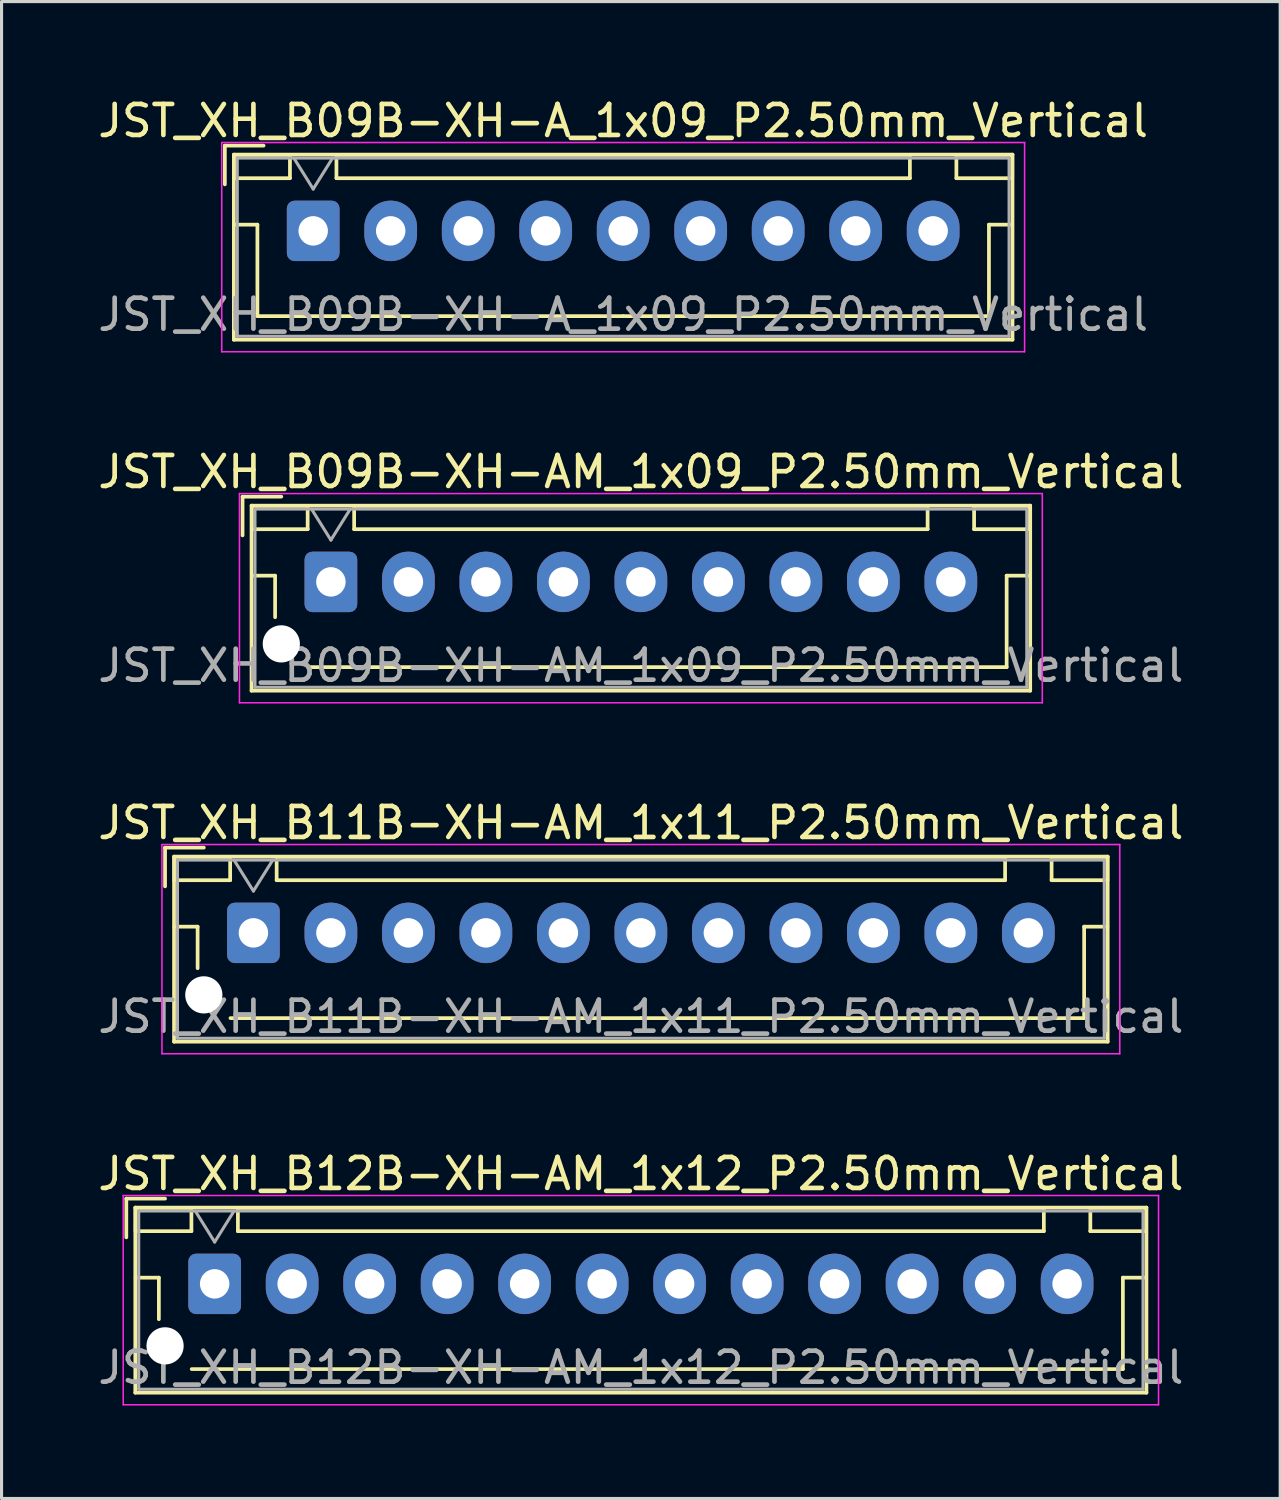
<source format=kicad_pcb>
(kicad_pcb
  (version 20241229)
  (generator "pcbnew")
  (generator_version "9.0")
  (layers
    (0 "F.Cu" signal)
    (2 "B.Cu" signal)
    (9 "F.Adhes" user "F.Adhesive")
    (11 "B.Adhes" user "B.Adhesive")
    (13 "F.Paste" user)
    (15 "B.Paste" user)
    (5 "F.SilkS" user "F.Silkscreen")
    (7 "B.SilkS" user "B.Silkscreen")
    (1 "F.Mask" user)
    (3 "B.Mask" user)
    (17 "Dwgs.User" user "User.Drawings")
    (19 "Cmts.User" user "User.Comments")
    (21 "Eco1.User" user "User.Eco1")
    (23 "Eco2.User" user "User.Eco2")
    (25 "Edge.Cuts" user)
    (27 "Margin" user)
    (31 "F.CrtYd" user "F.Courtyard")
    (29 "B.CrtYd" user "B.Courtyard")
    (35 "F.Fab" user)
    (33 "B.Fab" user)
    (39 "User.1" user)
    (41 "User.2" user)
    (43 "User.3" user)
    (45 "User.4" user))
  (footprint "JST_XH_B09B-XH-A_1x09_P2.50mm_Vertical"
    (layer "F.Cu")
    (at 7.054 4.398)
    (property "Reference" "JST_XH_B09B-XH-A_1x09_P2.50mm_Vertical" (at 10 -3.55 0) (layer "F.SilkS") (effects (font (size 1 1) (thickness 0.15))))
    (attr through_hole)
    (fp_line (start -2.85 -2.75) (end -2.85 -1.5) (stroke (width 0.12) (type solid)) (layer "F.SilkS"))
    (fp_line (start -2.56 -2.46) (end -2.56 3.51) (stroke (width 0.12) (type solid)) (layer "F.SilkS"))
    (fp_line (start -2.56 3.51) (end 22.56 3.51) (stroke (width 0.12) (type solid)) (layer "F.SilkS"))
    (fp_line (start -2.55 -2.45) (end -2.55 -1.7) (stroke (width 0.12) (type solid)) (layer "F.SilkS"))
    (fp_line (start -2.55 -1.7) (end -0.75 -1.7) (stroke (width 0.12) (type solid)) (layer "F.SilkS"))
    (fp_line (start -2.55 -0.2) (end -1.8 -0.2) (stroke (width 0.12) (type solid)) (layer "F.SilkS"))
    (fp_line (start -1.8 -0.2) (end -1.8 2.75) (stroke (width 0.12) (type solid)) (layer "F.SilkS"))
    (fp_line (start -1.8 2.75) (end 10 2.75) (stroke (width 0.12) (type solid)) (layer "F.SilkS"))
    (fp_line (start -1.6 -2.75) (end -2.85 -2.75) (stroke (width 0.12) (type solid)) (layer "F.SilkS"))
    (fp_line (start -0.75 -2.45) (end -2.55 -2.45) (stroke (width 0.12) (type solid)) (layer "F.SilkS"))
    (fp_line (start -0.75 -1.7) (end -0.75 -2.45) (stroke (width 0.12) (type solid)) (layer "F.SilkS"))
    (fp_line (start 0.75 -2.45) (end 0.75 -1.7) (stroke (width 0.12) (type solid)) (layer "F.SilkS"))
    (fp_line (start 0.75 -1.7) (end 19.25 -1.7) (stroke (width 0.12) (type solid)) (layer "F.SilkS"))
    (fp_line (start 19.25 -2.45) (end 0.75 -2.45) (stroke (width 0.12) (type solid)) (layer "F.SilkS"))
    (fp_line (start 19.25 -1.7) (end 19.25 -2.45) (stroke (width 0.12) (type solid)) (layer "F.SilkS"))
    (fp_line (start 20.75 -2.45) (end 20.75 -1.7) (stroke (width 0.12) (type solid)) (layer "F.SilkS"))
    (fp_line (start 20.75 -1.7) (end 22.55 -1.7) (stroke (width 0.12) (type solid)) (layer "F.SilkS"))
    (fp_line (start 21.8 -0.2) (end 21.8 2.75) (stroke (width 0.12) (type solid)) (layer "F.SilkS"))
    (fp_line (start 21.8 2.75) (end 10 2.75) (stroke (width 0.12) (type solid)) (layer "F.SilkS"))
    (fp_line (start 22.55 -2.45) (end 20.75 -2.45) (stroke (width 0.12) (type solid)) (layer "F.SilkS"))
    (fp_line (start 22.55 -1.7) (end 22.55 -2.45) (stroke (width 0.12) (type solid)) (layer "F.SilkS"))
    (fp_line (start 22.55 -0.2) (end 21.8 -0.2) (stroke (width 0.12) (type solid)) (layer "F.SilkS"))
    (fp_line (start 22.56 -2.46) (end -2.56 -2.46) (stroke (width 0.12) (type solid)) (layer "F.SilkS"))
    (fp_line (start 22.56 3.51) (end 22.56 -2.46) (stroke (width 0.12) (type solid)) (layer "F.SilkS"))
    (fp_line (start -2.95 -2.85) (end -2.95 3.9) (stroke (width 0.05) (type solid)) (layer "F.CrtYd"))
    (fp_line (start -2.95 3.9) (end 22.95 3.9) (stroke (width 0.05) (type solid)) (layer "F.CrtYd"))
    (fp_line (start 22.95 -2.85) (end -2.95 -2.85) (stroke (width 0.05) (type solid)) (layer "F.CrtYd"))
    (fp_line (start 22.95 3.9) (end 22.95 -2.85) (stroke (width 0.05) (type solid)) (layer "F.CrtYd"))
    (fp_line (start -2.45 -2.35) (end -2.45 3.4) (stroke (width 0.1) (type solid)) (layer "F.Fab"))
    (fp_line (start -2.45 3.4) (end 22.45 3.4) (stroke (width 0.1) (type solid)) (layer "F.Fab"))
    (fp_line (start -0.625 -2.35) (end 0 -1.35) (stroke (width 0.1) (type solid)) (layer "F.Fab"))
    (fp_line (start 0 -1.35) (end 0.625 -2.35) (stroke (width 0.1) (type solid)) (layer "F.Fab"))
    (fp_line (start 22.45 -2.35) (end -2.45 -2.35) (stroke (width 0.1) (type solid)) (layer "F.Fab"))
    (fp_line (start 22.45 3.4) (end 22.45 -2.35) (stroke (width 0.1) (type solid)) (layer "F.Fab"))
    (fp_text user "${REFERENCE}" (at 10 2.7 0) (layer "F.Fab") (effects (font (size 1 1) (thickness 0.15))))
    (pad "1" thru_hole roundrect (at 0 0) (size 1.7 1.95) (drill 0.95) (layers "*.Cu" "*.Mask") (roundrect_rratio 0.147))
    (pad "2" thru_hole oval (at 2.5 0) (size 1.7 1.95) (drill 0.95) (layers "*.Cu" "*.Mask"))
    (pad "3" thru_hole oval (at 5 0) (size 1.7 1.95) (drill 0.95) (layers "*.Cu" "*.Mask"))
    (pad "4" thru_hole oval (at 7.5 0) (size 1.7 1.95) (drill 0.95) (layers "*.Cu" "*.Mask"))
    (pad "5" thru_hole oval (at 10 0) (size 1.7 1.95) (drill 0.95) (layers "*.Cu" "*.Mask"))
    (pad "6" thru_hole oval (at 12.5 0) (size 1.7 1.95) (drill 0.95) (layers "*.Cu" "*.Mask"))
    (pad "7" thru_hole oval (at 15 0) (size 1.7 1.95) (drill 0.95) (layers "*.Cu" "*.Mask"))
    (pad "8" thru_hole oval (at 17.5 0) (size 1.7 1.95) (drill 0.95) (layers "*.Cu" "*.Mask"))
    (pad "9" thru_hole oval (at 20 0) (size 1.7 1.95) (drill 0.95) (layers "*.Cu" "*.Mask")))
  (footprint "JST_XH_B09B-XH-AM_1x09_P2.50mm_Vertical"
    (layer "F.Cu")
    (at 7.625 15.722)
    (property "Reference" "JST_XH_B09B-XH-AM_1x09_P2.50mm_Vertical" (at 10 -3.55 0) (layer "F.SilkS") (effects (font (size 1 1) (thickness 0.15))))
    (attr through_hole)
    (fp_line (start -2.85 -2.75) (end -2.85 -1.5) (stroke (width 0.12) (type solid)) (layer "F.SilkS"))
    (fp_line (start -2.56 -2.46) (end -2.56 3.51) (stroke (width 0.12) (type solid)) (layer "F.SilkS"))
    (fp_line (start -2.56 3.51) (end 22.56 3.51) (stroke (width 0.12) (type solid)) (layer "F.SilkS"))
    (fp_line (start -2.55 -2.45) (end -2.55 -1.7) (stroke (width 0.12) (type solid)) (layer "F.SilkS"))
    (fp_line (start -2.55 -1.7) (end -0.75 -1.7) (stroke (width 0.12) (type solid)) (layer "F.SilkS"))
    (fp_line (start -2.55 -0.2) (end -1.8 -0.2) (stroke (width 0.12) (type solid)) (layer "F.SilkS"))
    (fp_line (start -1.8 -0.2) (end -1.8 1.14) (stroke (width 0.12) (type solid)) (layer "F.SilkS"))
    (fp_line (start -1.6 -2.75) (end -2.85 -2.75) (stroke (width 0.12) (type solid)) (layer "F.SilkS"))
    (fp_line (start -0.75 -2.45) (end -2.55 -2.45) (stroke (width 0.12) (type solid)) (layer "F.SilkS"))
    (fp_line (start -0.75 -1.7) (end -0.75 -2.45) (stroke (width 0.12) (type solid)) (layer "F.SilkS"))
    (fp_line (start 0.75 -2.45) (end 0.75 -1.7) (stroke (width 0.12) (type solid)) (layer "F.SilkS"))
    (fp_line (start 0.75 -1.7) (end 19.25 -1.7) (stroke (width 0.12) (type solid)) (layer "F.SilkS"))
    (fp_line (start 10 2.75) (end -0.74 2.75) (stroke (width 0.12) (type solid)) (layer "F.SilkS"))
    (fp_line (start 19.25 -2.45) (end 0.75 -2.45) (stroke (width 0.12) (type solid)) (layer "F.SilkS"))
    (fp_line (start 19.25 -1.7) (end 19.25 -2.45) (stroke (width 0.12) (type solid)) (layer "F.SilkS"))
    (fp_line (start 20.75 -2.45) (end 20.75 -1.7) (stroke (width 0.12) (type solid)) (layer "F.SilkS"))
    (fp_line (start 20.75 -1.7) (end 22.55 -1.7) (stroke (width 0.12) (type solid)) (layer "F.SilkS"))
    (fp_line (start 21.8 -0.2) (end 21.8 2.75) (stroke (width 0.12) (type solid)) (layer "F.SilkS"))
    (fp_line (start 21.8 2.75) (end 10 2.75) (stroke (width 0.12) (type solid)) (layer "F.SilkS"))
    (fp_line (start 22.55 -2.45) (end 20.75 -2.45) (stroke (width 0.12) (type solid)) (layer "F.SilkS"))
    (fp_line (start 22.55 -1.7) (end 22.55 -2.45) (stroke (width 0.12) (type solid)) (layer "F.SilkS"))
    (fp_line (start 22.55 -0.2) (end 21.8 -0.2) (stroke (width 0.12) (type solid)) (layer "F.SilkS"))
    (fp_line (start 22.56 -2.46) (end -2.56 -2.46) (stroke (width 0.12) (type solid)) (layer "F.SilkS"))
    (fp_line (start 22.56 3.51) (end 22.56 -2.46) (stroke (width 0.12) (type solid)) (layer "F.SilkS"))
    (fp_line (start -2.95 -2.85) (end -2.95 3.9) (stroke (width 0.05) (type solid)) (layer "F.CrtYd"))
    (fp_line (start -2.95 3.9) (end 22.95 3.9) (stroke (width 0.05) (type solid)) (layer "F.CrtYd"))
    (fp_line (start 22.95 -2.85) (end -2.95 -2.85) (stroke (width 0.05) (type solid)) (layer "F.CrtYd"))
    (fp_line (start 22.95 3.9) (end 22.95 -2.85) (stroke (width 0.05) (type solid)) (layer "F.CrtYd"))
    (fp_line (start -2.45 -2.35) (end -2.45 3.4) (stroke (width 0.1) (type solid)) (layer "F.Fab"))
    (fp_line (start -2.45 3.4) (end 22.45 3.4) (stroke (width 0.1) (type solid)) (layer "F.Fab"))
    (fp_line (start -0.625 -2.35) (end 0 -1.35) (stroke (width 0.1) (type solid)) (layer "F.Fab"))
    (fp_line (start 0 -1.35) (end 0.625 -2.35) (stroke (width 0.1) (type solid)) (layer "F.Fab"))
    (fp_line (start 22.45 -2.35) (end -2.45 -2.35) (stroke (width 0.1) (type solid)) (layer "F.Fab"))
    (fp_line (start 22.45 3.4) (end 22.45 -2.35) (stroke (width 0.1) (type solid)) (layer "F.Fab"))
    (fp_text user "${REFERENCE}" (at 10 2.7 0) (layer "F.Fab") (effects (font (size 1 1) (thickness 0.15))))
    (pad "" np_thru_hole circle (at -1.6 2) (size 1.2 1.2) (drill 1.2) (layers "*.Cu" "*.Mask"))
    (pad "1" thru_hole roundrect (at 0 0) (size 1.7 1.95) (drill 0.95) (layers "*.Cu" "*.Mask") (roundrect_rratio 0.147))
    (pad "2" thru_hole oval (at 2.5 0) (size 1.7 1.95) (drill 0.95) (layers "*.Cu" "*.Mask"))
    (pad "3" thru_hole oval (at 5 0) (size 1.7 1.95) (drill 0.95) (layers "*.Cu" "*.Mask"))
    (pad "4" thru_hole oval (at 7.5 0) (size 1.7 1.95) (drill 0.95) (layers "*.Cu" "*.Mask"))
    (pad "5" thru_hole oval (at 10 0) (size 1.7 1.95) (drill 0.95) (layers "*.Cu" "*.Mask"))
    (pad "6" thru_hole oval (at 12.5 0) (size 1.7 1.95) (drill 0.95) (layers "*.Cu" "*.Mask"))
    (pad "7" thru_hole oval (at 15 0) (size 1.7 1.95) (drill 0.95) (layers "*.Cu" "*.Mask"))
    (pad "8" thru_hole oval (at 17.5 0) (size 1.7 1.95) (drill 0.95) (layers "*.Cu" "*.Mask"))
    (pad "9" thru_hole oval (at 20 0) (size 1.7 1.95) (drill 0.95) (layers "*.Cu" "*.Mask")))
  (footprint "JST_XH_B12B-XH-AM_1x12_P2.50mm_Vertical"
    (layer "F.Cu")
    (at 3.875 38.368)
    (property "Reference" "JST_XH_B12B-XH-AM_1x12_P2.50mm_Vertical" (at 13.75 -3.55 0) (layer "F.SilkS") (effects (font (size 1 1) (thickness 0.15))))
    (attr through_hole)
    (fp_line (start -2.85 -2.75) (end -2.85 -1.5) (stroke (width 0.12) (type solid)) (layer "F.SilkS"))
    (fp_line (start -2.56 -2.46) (end -2.56 3.51) (stroke (width 0.12) (type solid)) (layer "F.SilkS"))
    (fp_line (start -2.56 3.51) (end 30.06 3.51) (stroke (width 0.12) (type solid)) (layer "F.SilkS"))
    (fp_line (start -2.55 -2.45) (end -2.55 -1.7) (stroke (width 0.12) (type solid)) (layer "F.SilkS"))
    (fp_line (start -2.55 -1.7) (end -0.75 -1.7) (stroke (width 0.12) (type solid)) (layer "F.SilkS"))
    (fp_line (start -2.55 -0.2) (end -1.8 -0.2) (stroke (width 0.12) (type solid)) (layer "F.SilkS"))
    (fp_line (start -1.8 -0.2) (end -1.8 1.14) (stroke (width 0.12) (type solid)) (layer "F.SilkS"))
    (fp_line (start -1.6 -2.75) (end -2.85 -2.75) (stroke (width 0.12) (type solid)) (layer "F.SilkS"))
    (fp_line (start -0.75 -2.45) (end -2.55 -2.45) (stroke (width 0.12) (type solid)) (layer "F.SilkS"))
    (fp_line (start -0.75 -1.7) (end -0.75 -2.45) (stroke (width 0.12) (type solid)) (layer "F.SilkS"))
    (fp_line (start 0.75 -2.45) (end 0.75 -1.7) (stroke (width 0.12) (type solid)) (layer "F.SilkS"))
    (fp_line (start 0.75 -1.7) (end 26.75 -1.7) (stroke (width 0.12) (type solid)) (layer "F.SilkS"))
    (fp_line (start 13.75 2.75) (end -0.74 2.75) (stroke (width 0.12) (type solid)) (layer "F.SilkS"))
    (fp_line (start 26.75 -2.45) (end 0.75 -2.45) (stroke (width 0.12) (type solid)) (layer "F.SilkS"))
    (fp_line (start 26.75 -1.7) (end 26.75 -2.45) (stroke (width 0.12) (type solid)) (layer "F.SilkS"))
    (fp_line (start 28.25 -2.45) (end 28.25 -1.7) (stroke (width 0.12) (type solid)) (layer "F.SilkS"))
    (fp_line (start 28.25 -1.7) (end 30.05 -1.7) (stroke (width 0.12) (type solid)) (layer "F.SilkS"))
    (fp_line (start 29.3 -0.2) (end 29.3 2.75) (stroke (width 0.12) (type solid)) (layer "F.SilkS"))
    (fp_line (start 29.3 2.75) (end 13.75 2.75) (stroke (width 0.12) (type solid)) (layer "F.SilkS"))
    (fp_line (start 30.05 -2.45) (end 28.25 -2.45) (stroke (width 0.12) (type solid)) (layer "F.SilkS"))
    (fp_line (start 30.05 -1.7) (end 30.05 -2.45) (stroke (width 0.12) (type solid)) (layer "F.SilkS"))
    (fp_line (start 30.05 -0.2) (end 29.3 -0.2) (stroke (width 0.12) (type solid)) (layer "F.SilkS"))
    (fp_line (start 30.06 -2.46) (end -2.56 -2.46) (stroke (width 0.12) (type solid)) (layer "F.SilkS"))
    (fp_line (start 30.06 3.51) (end 30.06 -2.46) (stroke (width 0.12) (type solid)) (layer "F.SilkS"))
    (fp_line (start -2.95 -2.85) (end -2.95 3.9) (stroke (width 0.05) (type solid)) (layer "F.CrtYd"))
    (fp_line (start -2.95 3.9) (end 30.45 3.9) (stroke (width 0.05) (type solid)) (layer "F.CrtYd"))
    (fp_line (start 30.45 -2.85) (end -2.95 -2.85) (stroke (width 0.05) (type solid)) (layer "F.CrtYd"))
    (fp_line (start 30.45 3.9) (end 30.45 -2.85) (stroke (width 0.05) (type solid)) (layer "F.CrtYd"))
    (fp_line (start -2.45 -2.35) (end -2.45 3.4) (stroke (width 0.1) (type solid)) (layer "F.Fab"))
    (fp_line (start -2.45 3.4) (end 29.95 3.4) (stroke (width 0.1) (type solid)) (layer "F.Fab"))
    (fp_line (start -0.625 -2.35) (end 0 -1.35) (stroke (width 0.1) (type solid)) (layer "F.Fab"))
    (fp_line (start 0 -1.35) (end 0.625 -2.35) (stroke (width 0.1) (type solid)) (layer "F.Fab"))
    (fp_line (start 29.95 -2.35) (end -2.45 -2.35) (stroke (width 0.1) (type solid)) (layer "F.Fab"))
    (fp_line (start 29.95 3.4) (end 29.95 -2.35) (stroke (width 0.1) (type solid)) (layer "F.Fab"))
    (fp_text user "${REFERENCE}" (at 13.75 2.7 0) (layer "F.Fab") (effects (font (size 1 1) (thickness 0.15))))
    (pad "" np_thru_hole circle (at -1.6 2) (size 1.2 1.2) (drill 1.2) (layers "*.Cu" "*.Mask"))
    (pad "1" thru_hole roundrect (at 0 0) (size 1.7 1.95) (drill 0.95) (layers "*.Cu" "*.Mask") (roundrect_rratio 0.147))
    (pad "2" thru_hole oval (at 2.5 0) (size 1.7 1.95) (drill 0.95) (layers "*.Cu" "*.Mask"))
    (pad "3" thru_hole oval (at 5 0) (size 1.7 1.95) (drill 0.95) (layers "*.Cu" "*.Mask"))
    (pad "4" thru_hole oval (at 7.5 0) (size 1.7 1.95) (drill 0.95) (layers "*.Cu" "*.Mask"))
    (pad "5" thru_hole oval (at 10 0) (size 1.7 1.95) (drill 0.95) (layers "*.Cu" "*.Mask"))
    (pad "6" thru_hole oval (at 12.5 0) (size 1.7 1.95) (drill 0.95) (layers "*.Cu" "*.Mask"))
    (pad "7" thru_hole oval (at 15 0) (size 1.7 1.95) (drill 0.95) (layers "*.Cu" "*.Mask"))
    (pad "8" thru_hole oval (at 17.5 0) (size 1.7 1.95) (drill 0.95) (layers "*.Cu" "*.Mask"))
    (pad "9" thru_hole oval (at 20 0) (size 1.7 1.95) (drill 0.95) (layers "*.Cu" "*.Mask"))
    (pad "10" thru_hole oval (at 22.5 0) (size 1.7 1.95) (drill 0.95) (layers "*.Cu" "*.Mask"))
    (pad "11" thru_hole oval (at 25 0) (size 1.7 1.95) (drill 0.95) (layers "*.Cu" "*.Mask"))
    (pad "12" thru_hole oval (at 27.5 0) (size 1.7 1.95) (drill 0.95) (layers "*.Cu" "*.Mask")))
  (footprint "JST_XH_B11B-XH-AM_1x11_P2.50mm_Vertical"
    (layer "F.Cu")
    (at 5.125 27.045)
    (property "Reference" "JST_XH_B11B-XH-AM_1x11_P2.50mm_Vertical" (at 12.5 -3.55 0) (layer "F.SilkS") (effects (font (size 1 1) (thickness 0.15))))
    (attr through_hole)
    (fp_line (start -2.85 -2.75) (end -2.85 -1.5) (stroke (width 0.12) (type solid)) (layer "F.SilkS"))
    (fp_line (start -2.56 -2.46) (end -2.56 3.51) (stroke (width 0.12) (type solid)) (layer "F.SilkS"))
    (fp_line (start -2.56 3.51) (end 27.56 3.51) (stroke (width 0.12) (type solid)) (layer "F.SilkS"))
    (fp_line (start -2.55 -2.45) (end -2.55 -1.7) (stroke (width 0.12) (type solid)) (layer "F.SilkS"))
    (fp_line (start -2.55 -1.7) (end -0.75 -1.7) (stroke (width 0.12) (type solid)) (layer "F.SilkS"))
    (fp_line (start -2.55 -0.2) (end -1.8 -0.2) (stroke (width 0.12) (type solid)) (layer "F.SilkS"))
    (fp_line (start -1.8 -0.2) (end -1.8 1.14) (stroke (width 0.12) (type solid)) (layer "F.SilkS"))
    (fp_line (start -1.6 -2.75) (end -2.85 -2.75) (stroke (width 0.12) (type solid)) (layer "F.SilkS"))
    (fp_line (start -0.75 -2.45) (end -2.55 -2.45) (stroke (width 0.12) (type solid)) (layer "F.SilkS"))
    (fp_line (start -0.75 -1.7) (end -0.75 -2.45) (stroke (width 0.12) (type solid)) (layer "F.SilkS"))
    (fp_line (start 0.75 -2.45) (end 0.75 -1.7) (stroke (width 0.12) (type solid)) (layer "F.SilkS"))
    (fp_line (start 0.75 -1.7) (end 24.25 -1.7) (stroke (width 0.12) (type solid)) (layer "F.SilkS"))
    (fp_line (start 12.5 2.75) (end -0.74 2.75) (stroke (width 0.12) (type solid)) (layer "F.SilkS"))
    (fp_line (start 24.25 -2.45) (end 0.75 -2.45) (stroke (width 0.12) (type solid)) (layer "F.SilkS"))
    (fp_line (start 24.25 -1.7) (end 24.25 -2.45) (stroke (width 0.12) (type solid)) (layer "F.SilkS"))
    (fp_line (start 25.75 -2.45) (end 25.75 -1.7) (stroke (width 0.12) (type solid)) (layer "F.SilkS"))
    (fp_line (start 25.75 -1.7) (end 27.55 -1.7) (stroke (width 0.12) (type solid)) (layer "F.SilkS"))
    (fp_line (start 26.8 -0.2) (end 26.8 2.75) (stroke (width 0.12) (type solid)) (layer "F.SilkS"))
    (fp_line (start 26.8 2.75) (end 12.5 2.75) (stroke (width 0.12) (type solid)) (layer "F.SilkS"))
    (fp_line (start 27.55 -2.45) (end 25.75 -2.45) (stroke (width 0.12) (type solid)) (layer "F.SilkS"))
    (fp_line (start 27.55 -1.7) (end 27.55 -2.45) (stroke (width 0.12) (type solid)) (layer "F.SilkS"))
    (fp_line (start 27.55 -0.2) (end 26.8 -0.2) (stroke (width 0.12) (type solid)) (layer "F.SilkS"))
    (fp_line (start 27.56 -2.46) (end -2.56 -2.46) (stroke (width 0.12) (type solid)) (layer "F.SilkS"))
    (fp_line (start 27.56 3.51) (end 27.56 -2.46) (stroke (width 0.12) (type solid)) (layer "F.SilkS"))
    (fp_line (start -2.95 -2.85) (end -2.95 3.9) (stroke (width 0.05) (type solid)) (layer "F.CrtYd"))
    (fp_line (start -2.95 3.9) (end 27.95 3.9) (stroke (width 0.05) (type solid)) (layer "F.CrtYd"))
    (fp_line (start 27.95 -2.85) (end -2.95 -2.85) (stroke (width 0.05) (type solid)) (layer "F.CrtYd"))
    (fp_line (start 27.95 3.9) (end 27.95 -2.85) (stroke (width 0.05) (type solid)) (layer "F.CrtYd"))
    (fp_line (start -2.45 -2.35) (end -2.45 3.4) (stroke (width 0.1) (type solid)) (layer "F.Fab"))
    (fp_line (start -2.45 3.4) (end 27.45 3.4) (stroke (width 0.1) (type solid)) (layer "F.Fab"))
    (fp_line (start -0.625 -2.35) (end 0 -1.35) (stroke (width 0.1) (type solid)) (layer "F.Fab"))
    (fp_line (start 0 -1.35) (end 0.625 -2.35) (stroke (width 0.1) (type solid)) (layer "F.Fab"))
    (fp_line (start 27.45 -2.35) (end -2.45 -2.35) (stroke (width 0.1) (type solid)) (layer "F.Fab"))
    (fp_line (start 27.45 3.4) (end 27.45 -2.35) (stroke (width 0.1) (type solid)) (layer "F.Fab"))
    (fp_text user "${REFERENCE}" (at 12.5 2.7 0) (layer "F.Fab") (effects (font (size 1 1) (thickness 0.15))))
    (pad "" np_thru_hole circle (at -1.6 2) (size 1.2 1.2) (drill 1.2) (layers "*.Cu" "*.Mask"))
    (pad "1" thru_hole roundrect (at 0 0) (size 1.7 1.95) (drill 0.95) (layers "*.Cu" "*.Mask") (roundrect_rratio 0.147))
    (pad "2" thru_hole oval (at 2.5 0) (size 1.7 1.95) (drill 0.95) (layers "*.Cu" "*.Mask"))
    (pad "3" thru_hole oval (at 5 0) (size 1.7 1.95) (drill 0.95) (layers "*.Cu" "*.Mask"))
    (pad "4" thru_hole oval (at 7.5 0) (size 1.7 1.95) (drill 0.95) (layers "*.Cu" "*.Mask"))
    (pad "5" thru_hole oval (at 10 0) (size 1.7 1.95) (drill 0.95) (layers "*.Cu" "*.Mask"))
    (pad "6" thru_hole oval (at 12.5 0) (size 1.7 1.95) (drill 0.95) (layers "*.Cu" "*.Mask"))
    (pad "7" thru_hole oval (at 15 0) (size 1.7 1.95) (drill 0.95) (layers "*.Cu" "*.Mask"))
    (pad "8" thru_hole oval (at 17.5 0) (size 1.7 1.95) (drill 0.95) (layers "*.Cu" "*.Mask"))
    (pad "9" thru_hole oval (at 20 0) (size 1.7 1.95) (drill 0.95) (layers "*.Cu" "*.Mask"))
    (pad "10" thru_hole oval (at 22.5 0) (size 1.7 1.95) (drill 0.95) (layers "*.Cu" "*.Mask"))
    (pad "11" thru_hole oval (at 25 0) (size 1.7 1.95) (drill 0.95) (layers "*.Cu" "*.Mask")))
  (gr_rect
    (start -3 -3)
    (end 38.25 45.293)
    (stroke (width 0.1) (type default))
    (fill no)
    (layer "Edge.Cuts")))
</source>
